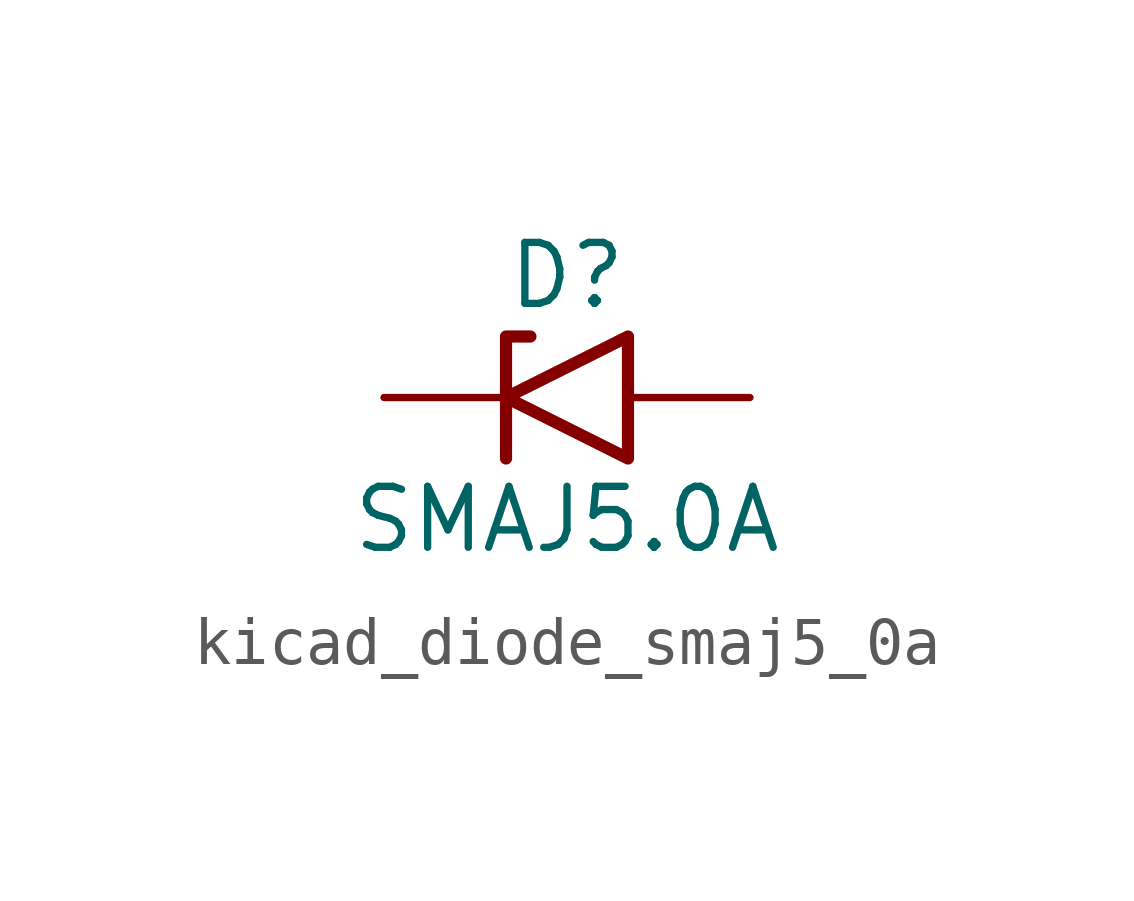
<source format=kicad_sym>
(kicad_symbol_lib
  (version 20220914)
  (generator kicad_symbol_editor)
  (symbol "kicad_diode_smaj5_0a"
    (pin_numbers hide)
    (pin_names
      (offset 1.016) hide)
    (property "Reference" "D"
      (at 0 2.54 0)
      (effects (font (size 1.27 1.27))))
    (property "Value" "SMAJ5.0A"
      (at 0 -2.54 0)
      (effects (font (size 1.27 1.27))))
    (symbol "kicad_diode_smaj5_0a_0_1"
      (polyline (pts (xy -0.762 1.27) (xy -1.27 1.27) (xy -1.27 -1.27)) (stroke (width 0.254) (type default)) (fill (type none)))
      (polyline (pts (xy 1.27 1.27) (xy 1.27 -1.27) (xy -1.27 0) (xy 1.27 1.27)) (stroke (width 0.254) (type default)) (fill (type none))))
    (symbol "kicad_diode_smaj5_0a_1_1"
      (pin passive line (at -3.81 0 0) (length 2.54) (name "A1" (effects (font (size 1.27 1.27)))) (number "1" (effects (font (size 1.27 1.27)))))
      (pin passive line (at 3.81 0 180) (length 2.54) (name "A2" (effects (font (size 1.27 1.27)))) (number "2" (effects (font (size 1.27 1.27))))))))
</source>
